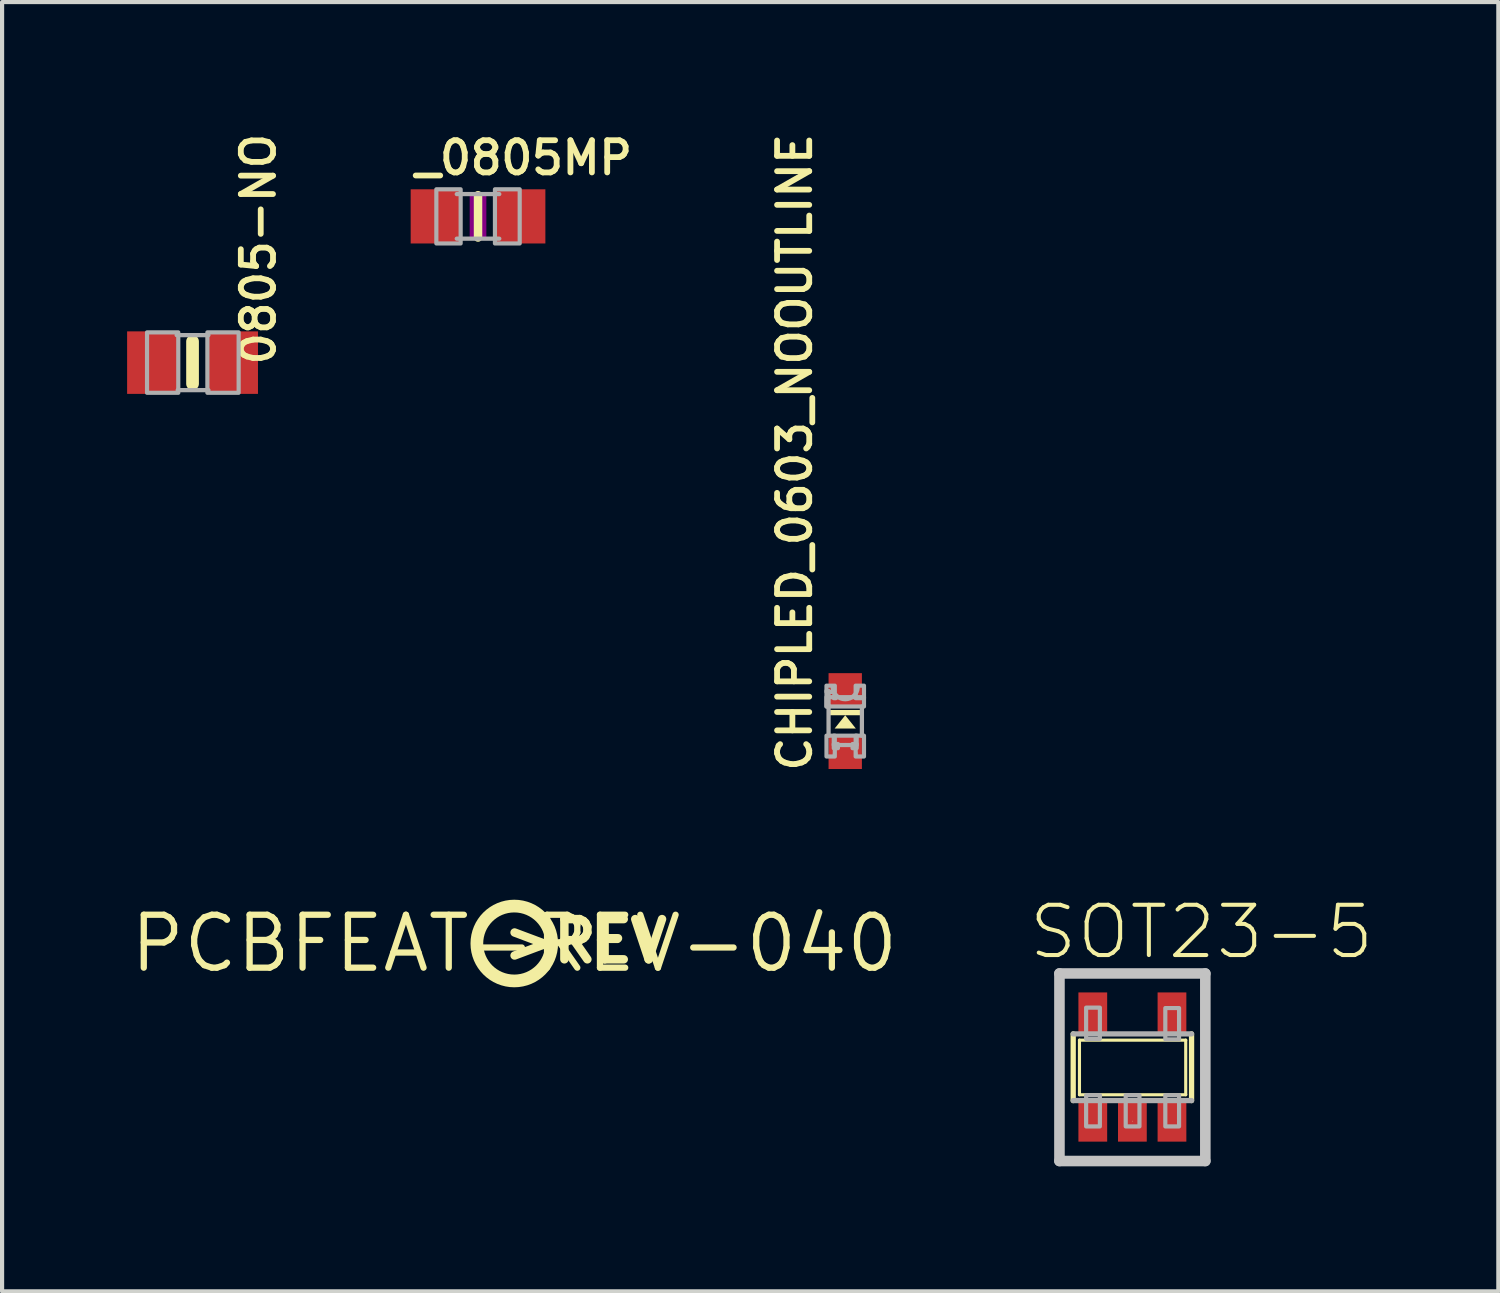
<source format=kicad_pcb>
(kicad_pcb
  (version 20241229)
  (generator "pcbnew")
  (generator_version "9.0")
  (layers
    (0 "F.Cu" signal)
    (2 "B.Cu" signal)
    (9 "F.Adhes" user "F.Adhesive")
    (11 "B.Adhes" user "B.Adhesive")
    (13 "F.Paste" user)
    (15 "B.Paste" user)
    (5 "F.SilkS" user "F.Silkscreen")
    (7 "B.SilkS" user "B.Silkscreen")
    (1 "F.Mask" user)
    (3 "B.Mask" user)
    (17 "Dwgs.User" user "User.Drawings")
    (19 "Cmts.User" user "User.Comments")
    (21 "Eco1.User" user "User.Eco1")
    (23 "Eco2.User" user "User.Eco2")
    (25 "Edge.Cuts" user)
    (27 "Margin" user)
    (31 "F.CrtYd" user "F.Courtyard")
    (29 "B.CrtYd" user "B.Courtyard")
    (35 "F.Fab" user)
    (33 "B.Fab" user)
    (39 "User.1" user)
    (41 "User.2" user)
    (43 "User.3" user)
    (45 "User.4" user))
  (footprint "_0805MP"
    (layer "F.Cu")
    (at 8.42 2.142)
    (property "Reference" "_0805MP" (at -1.587 -0.953 0) (layer "F.SilkS") (effects (font (size 0.772 0.772) (thickness 0.139)) (justify left bottom)))
    (attr through_hole)
    (fp_line (start 0 -0.508) (end 0 0.508) (stroke (width 0.203) (type solid)) (layer "F.SilkS"))
    (fp_poly (pts (xy -0.2 0.5) (xy 0.2 0.5) (xy 0.2 -0.5) (xy -0.2 -0.5)) (stroke (width 0) (type solid)) (fill yes) (layer "F.Adhes"))
    (fp_line (start -0.51 -0.535) (end 0.51 -0.535) (stroke (width 0.102) (type solid)) (layer "F.Fab"))
    (fp_line (start -0.51 0.535) (end 0.51 0.535) (stroke (width 0.102) (type solid)) (layer "F.Fab"))
    (fp_poly (pts (xy -1 0.65) (xy -0.417 0.65) (xy -0.417 -0.65) (xy -1 -0.65)) (stroke (width 0.1) (type solid)) (fill no) (layer "F.Fab"))
    (fp_poly (pts (xy 0.406 0.65) (xy 1 0.65) (xy 1 -0.65) (xy 0.406 -0.65)) (stroke (width 0.1) (type solid)) (fill no) (layer "F.Fab"))
    (pad "1" smd rect (at -1.016 0) (size 1.2 1.3) (layers "F.Cu" "F.Mask" "F.Paste"))
    (pad "2" smd rect (at 1.016 0) (size 1.2 1.3) (layers "F.Cu" "F.Mask" "F.Paste")))
  (footprint "PCBFEAT-REV-040"
    (layer "F.Cu")
    (at 9.29 19.589)
    (property "Reference" "PCBFEAT-REV-040" (at 0 0 0) (layer "F.SilkS") (effects (font (size 1.27 1.27) (thickness 0.15))))
    (attr through_hole)
    (fp_circle (center 0 0) (end 0.898 0) (stroke (width 0.305) (type solid)) (fill no) (layer "F.SilkS"))
    (fp_text user ">REV" (at -0.356 0.508 0) (layer "F.SilkS") (effects (font (size 0.965 0.965) (thickness 0.203)) (justify left bottom))))
  (footprint "CHIPLED_0603_NOOUTLINE"
    (layer "F.Cu")
    (at 17.231 14.252)
    (property "Reference" "CHIPLED_0603_NOOUTLINE" (at -0.762 1.27 270) (layer "F.SilkS") (effects (font (size 0.772 0.772) (thickness 0.139)) (justify left bottom)))
    (attr through_hole)
    (fp_poly (pts (xy 0 -0.14) (xy -0.254 0.178) (xy 0.254 0.178)) (stroke (width 0) (type solid)) (fill yes) (layer "F.SilkS"))
    (fp_poly (pts (xy -0.381 -0.14) (xy 0.381 -0.14) (xy 0.381 -0.267) (xy -0.381 -0.267)) (stroke (width 0) (type solid)) (fill yes) (layer "F.SilkS"))
    (fp_line (start -0.4 -0.375) (end -0.4 0.35) (stroke (width 0.102) (type solid)) (layer "F.Fab"))
    (fp_line (start 0.4 -0.35) (end 0.4 0.35) (stroke (width 0.102) (type solid)) (layer "F.Fab"))
    (fp_arc (start -0.275 0.825) (mid 0 0.55) (end 0.275 0.825) (stroke (width 0.0508) (type solid)) (layer "F.Fab"))
    (fp_arc (start 0.3 -0.799998) (mid -0.000001 -0.524966) (end -0.3 -0.8) (stroke (width 0.1016) (type solid)) (layer "F.Fab"))
    (fp_circle (center -0.35 -0.625) (end -0.275 -0.625) (stroke (width 0.051) (type solid)) (fill no) (layer "F.Fab"))
    (fp_poly (pts (xy -0.45 -0.7) (xy -0.25 -0.7) (xy -0.25 -0.85) (xy -0.45 -0.85)) (stroke (width 0.1) (type solid)) (fill no) (layer "F.Fab"))
    (fp_poly (pts (xy -0.45 -0.35) (xy -0.4 -0.35) (xy -0.4 -0.725) (xy -0.45 -0.725)) (stroke (width 0.1) (type solid)) (fill no) (layer "F.Fab"))
    (fp_poly (pts (xy -0.45 -0.35) (xy 0.45 -0.35) (xy 0.45 -0.575) (xy -0.45 -0.575)) (stroke (width 0.1) (type solid)) (fill no) (layer "F.Fab"))
    (fp_poly (pts (xy -0.45 0.85) (xy -0.25 0.85) (xy -0.25 0.35) (xy -0.45 0.35)) (stroke (width 0.1) (type solid)) (fill no) (layer "F.Fab"))
    (fp_poly (pts (xy -0.275 -0.55) (xy -0.225 -0.55) (xy -0.225 -0.6) (xy -0.275 -0.6)) (stroke (width 0.1) (type solid)) (fill no) (layer "F.Fab"))
    (fp_poly (pts (xy -0.275 0.575) (xy 0.275 0.575) (xy 0.275 0.35) (xy -0.275 0.35)) (stroke (width 0.1) (type solid)) (fill no) (layer "F.Fab"))
    (fp_poly (pts (xy -0.275 0.65) (xy -0.175 0.65) (xy -0.175 0.55) (xy -0.275 0.55)) (stroke (width 0.1) (type solid)) (fill no) (layer "F.Fab"))
    (fp_poly (pts (xy 0.175 0.65) (xy 0.275 0.65) (xy 0.275 0.55) (xy 0.175 0.55)) (stroke (width 0.1) (type solid)) (fill no) (layer "F.Fab"))
    (fp_poly (pts (xy 0.25 -0.55) (xy 0.45 -0.55) (xy 0.45 -0.85) (xy 0.25 -0.85)) (stroke (width 0.1) (type solid)) (fill no) (layer "F.Fab"))
    (fp_poly (pts (xy 0.25 0.85) (xy 0.45 0.85) (xy 0.45 0.35) (xy 0.25 0.35)) (stroke (width 0.1) (type solid)) (fill no) (layer "F.Fab"))
    (pad "A" smd rect (at 0 0.75) (size 0.8 0.8) (layers "F.Cu" "F.Mask" "F.Paste"))
    (pad "C" smd rect (at 0 -0.75) (size 0.8 0.8) (layers "F.Cu" "F.Mask" "F.Paste")))
  (footprint "SOT23-5"
    (layer "F.Cu")
    (at 24.121 22.558)
    (property "Reference" "SOT23-5" (at -2.54 -2.54 0) (layer "F.SilkS") (effects (font (size 1.206 1.206) (thickness 0.097)) (justify left bottom)))
    (attr through_hole)
    (fp_line (start -1.42 0.8) (end -1.42 -0.8) (stroke (width 0.127) (type solid)) (layer "F.SilkS"))
    (fp_line (start -1.27 -0.65) (end 1.28 -0.65) (stroke (width 0.075) (type solid)) (layer "F.SilkS"))
    (fp_line (start -1.27 0.66) (end -1.27 -0.65) (stroke (width 0.075) (type solid)) (layer "F.SilkS"))
    (fp_line (start 0 1.29) (end 0 1.3) (stroke (width 0.01) (type solid)) (layer "F.SilkS"))
    (fp_line (start 1.28 -0.65) (end 1.28 0.66) (stroke (width 0.075) (type solid)) (layer "F.SilkS"))
    (fp_line (start 1.28 0.66) (end -1.27 0.66) (stroke (width 0.075) (type solid)) (layer "F.SilkS"))
    (fp_line (start 1.42 -0.8) (end 1.42 0.8) (stroke (width 0.127) (type solid)) (layer "F.SilkS"))
    (fp_line (start -1.75 -2.25) (end 1.75 -2.25) (stroke (width 0.254) (type solid)) (layer "Dwgs.User"))
    (fp_line (start -1.75 2.25) (end -1.75 -2.25) (stroke (width 0.254) (type solid)) (layer "Dwgs.User"))
    (fp_line (start 1.75 -2.25) (end 1.75 2.25) (stroke (width 0.254) (type solid)) (layer "Dwgs.User"))
    (fp_line (start 1.75 2.25) (end -1.75 2.25) (stroke (width 0.254) (type solid)) (layer "Dwgs.User"))
    (fp_line (start -1.42 -0.8) (end 1.42 -0.8) (stroke (width 0.127) (type solid)) (layer "F.Fab"))
    (fp_line (start 1.42 0.8) (end -1.42 0.8) (stroke (width 0.127) (type solid)) (layer "F.Fab"))
    (fp_poly (pts (xy -1.11 -0.68) (xy -0.78 -0.68) (xy -0.78 -1.43) (xy -1.11 -1.43)) (stroke (width 0.1) (type solid)) (fill no) (layer "F.Fab"))
    (fp_poly (pts (xy -1.11 1.42) (xy -0.78 1.42) (xy -0.78 0.67) (xy -1.11 0.67)) (stroke (width 0.1) (type solid)) (fill no) (layer "F.Fab"))
    (fp_poly (pts (xy -0.16 1.42) (xy 0.17 1.42) (xy 0.17 0.67) (xy -0.16 0.67)) (stroke (width 0.1) (type solid)) (fill no) (layer "F.Fab"))
    (fp_poly (pts (xy 0.79 -0.67) (xy 1.12 -0.67) (xy 1.12 -1.42) (xy 0.79 -1.42)) (stroke (width 0.1) (type solid)) (fill no) (layer "F.Fab"))
    (fp_poly (pts (xy 0.79 1.42) (xy 1.12 1.42) (xy 1.12 0.67) (xy 0.79 0.67)) (stroke (width 0.1) (type solid)) (fill no) (layer "F.Fab"))
    (pad "1" smd rect (at -0.95 1.29) (size 0.69 0.99) (layers "F.Cu" "F.Mask" "F.Paste"))
    (pad "2" smd rect (at 0 1.29) (size 0.69 0.99) (layers "F.Cu" "F.Mask" "F.Paste"))
    (pad "3" smd rect (at 0.95 1.29) (size 0.69 0.99) (layers "F.Cu" "F.Mask" "F.Paste"))
    (pad "4" smd rect (at 0.95 -1.3) (size 0.69 0.99) (layers "F.Cu" "F.Mask" "F.Paste"))
    (pad "5" smd rect (at -0.95 -1.3) (size 0.69 0.99) (layers "F.Cu" "F.Mask" "F.Paste")))
  (footprint "0805-NO"
    (layer "F.Cu")
    (at 1.57 5.651)
    (property "Reference" "0805-NO" (at 2.032 0.127 270) (layer "F.SilkS") (effects (font (size 0.772 0.772) (thickness 0.139)) (justify left bottom)))
    (attr through_hole)
    (fp_line (start 0 -0.508) (end 0 0.508) (stroke (width 0.305) (type solid)) (layer "F.SilkS"))
    (fp_line (start -0.381 -0.66) (end 0.381 -0.66) (stroke (width 0.102) (type solid)) (layer "F.Fab"))
    (fp_line (start -0.356 0.66) (end 0.381 0.66) (stroke (width 0.102) (type solid)) (layer "F.Fab"))
    (fp_poly (pts (xy -1.092 0.724) (xy -0.342 0.724) (xy -0.342 -0.726) (xy -1.092 -0.726)) (stroke (width 0.1) (type solid)) (fill no) (layer "F.Fab"))
    (fp_poly (pts (xy 0.356 0.724) (xy 1.106 0.724) (xy 1.106 -0.726) (xy 0.356 -0.726)) (stroke (width 0.1) (type solid)) (fill no) (layer "F.Fab"))
    (pad "1" smd rect (at -0.95 0) (size 1.24 1.5) (layers "F.Cu" "F.Mask" "F.Paste"))
    (pad "2" smd rect (at 0.95 0) (size 1.24 1.5) (layers "F.Cu" "F.Mask" "F.Paste")))
  (gr_rect
    (start -3 -3)
    (end 32.902 27.935)
    (stroke (width 0.1) (type default))
    (fill no)
    (layer "Edge.Cuts")))
</source>
